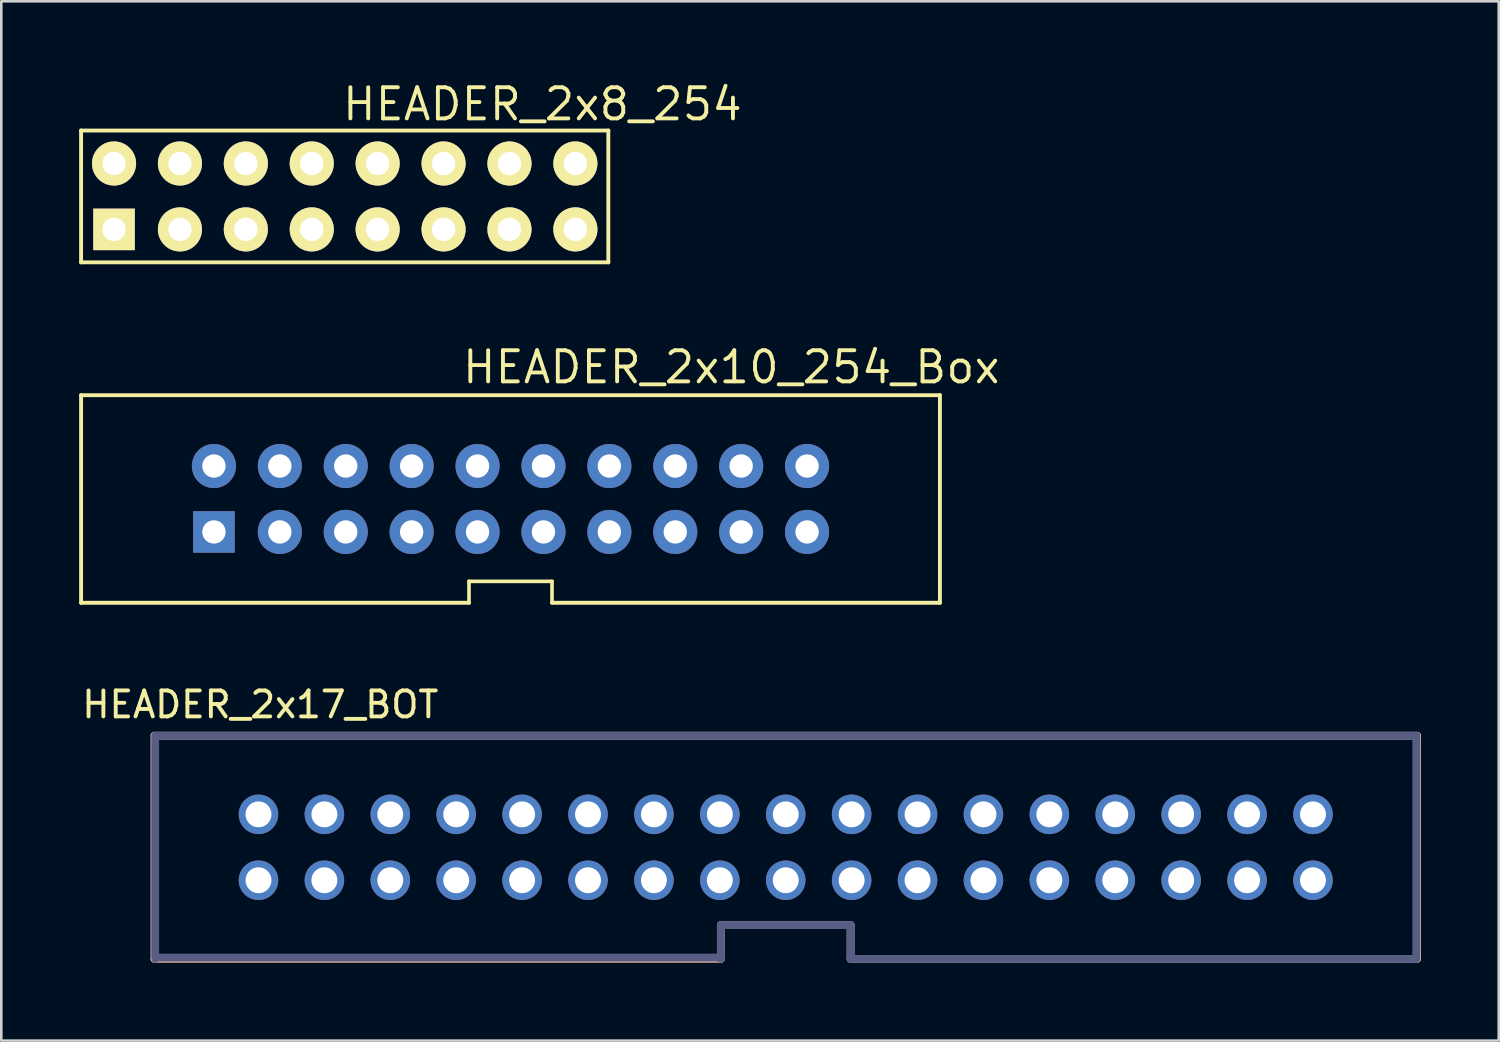
<source format=kicad_pcb>
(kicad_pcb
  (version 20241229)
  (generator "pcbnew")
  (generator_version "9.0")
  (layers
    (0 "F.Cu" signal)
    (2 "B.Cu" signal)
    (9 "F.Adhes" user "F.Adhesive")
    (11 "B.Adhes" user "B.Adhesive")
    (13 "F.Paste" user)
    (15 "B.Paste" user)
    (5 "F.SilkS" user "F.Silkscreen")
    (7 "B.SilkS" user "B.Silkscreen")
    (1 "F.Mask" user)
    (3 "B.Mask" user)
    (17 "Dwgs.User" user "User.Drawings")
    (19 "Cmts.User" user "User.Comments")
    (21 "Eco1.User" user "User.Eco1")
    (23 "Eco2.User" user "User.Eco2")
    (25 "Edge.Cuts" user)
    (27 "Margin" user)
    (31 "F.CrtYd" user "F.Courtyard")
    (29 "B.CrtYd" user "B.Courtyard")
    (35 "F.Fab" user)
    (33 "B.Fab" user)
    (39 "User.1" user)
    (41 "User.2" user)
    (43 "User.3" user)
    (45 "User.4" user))
  (footprint "HEADER_2x10_254_Box"
    (layer "F.Cu")
    (at 16.625 16.181)
    (property "Reference" "HEADER_2x10_254_Box" (at 8.509 -5.08 180) (layer "F.SilkS") (effects (font (size 1.2 1.2) (thickness 0.15))))
    (attr through_hole)
    (fp_line (start -16.55 -4) (end 16.55 -4) (stroke (width 0.15) (type solid)) (layer "F.SilkS"))
    (fp_line (start -16.55 4) (end -16.55 -4) (stroke (width 0.15) (type solid)) (layer "F.SilkS"))
    (fp_line (start -16.55 4) (end -1.6 4) (stroke (width 0.15) (type solid)) (layer "F.SilkS"))
    (fp_line (start -1.6 3.175) (end 1.6 3.175) (stroke (width 0.14) (type solid)) (layer "F.SilkS"))
    (fp_line (start -1.6 4) (end -1.6 3.175) (stroke (width 0.14) (type solid)) (layer "F.SilkS"))
    (fp_line (start 1.6 3.175) (end 1.6 4) (stroke (width 0.14) (type solid)) (layer "F.SilkS"))
    (fp_line (start 1.6 4) (end 16.55 4) (stroke (width 0.15) (type solid)) (layer "F.SilkS"))
    (fp_line (start 16.55 4) (end 16.55 -4) (stroke (width 0.15) (type solid)) (layer "F.SilkS"))
    (pad "1" thru_hole rect (at -11.43 1.27) (size 1.6 1.6) (drill 0.9) (layers "*.Cu" "*.Mask"))
    (pad "2" thru_hole circle (at -11.43 -1.27) (size 1.7 1.7) (drill 0.9) (layers "*.Cu" "*.Mask"))
    (pad "3" thru_hole circle (at -8.89 1.27) (size 1.7 1.7) (drill 0.9) (layers "*.Cu" "*.Mask"))
    (pad "4" thru_hole circle (at -8.89 -1.27) (size 1.7 1.7) (drill 0.9) (layers "*.Cu" "*.Mask"))
    (pad "5" thru_hole circle (at -6.35 1.27) (size 1.7 1.7) (drill 0.9) (layers "*.Cu" "*.Mask"))
    (pad "6" thru_hole circle (at -6.35 -1.27) (size 1.7 1.7) (drill 0.9) (layers "*.Cu" "*.Mask"))
    (pad "7" thru_hole circle (at -3.81 1.27) (size 1.7 1.7) (drill 0.9) (layers "*.Cu" "*.Mask"))
    (pad "8" thru_hole circle (at -3.81 -1.27) (size 1.7 1.7) (drill 0.9) (layers "*.Cu" "*.Mask"))
    (pad "9" thru_hole circle (at -1.27 1.27) (size 1.7 1.7) (drill 0.9) (layers "*.Cu" "*.Mask"))
    (pad "10" thru_hole circle (at -1.27 -1.27) (size 1.7 1.7) (drill 0.9) (layers "*.Cu" "*.Mask"))
    (pad "11" thru_hole circle (at 1.27 1.27) (size 1.7 1.7) (drill 0.9) (layers "*.Cu" "*.Mask"))
    (pad "12" thru_hole circle (at 1.27 -1.27) (size 1.7 1.7) (drill 0.9) (layers "*.Cu" "*.Mask"))
    (pad "13" thru_hole circle (at 3.81 1.27) (size 1.7 1.7) (drill 0.9) (layers "*.Cu" "*.Mask"))
    (pad "14" thru_hole circle (at 3.81 -1.27) (size 1.7 1.7) (drill 0.9) (layers "*.Cu" "*.Mask"))
    (pad "15" thru_hole circle (at 6.35 1.27) (size 1.7 1.7) (drill 0.9) (layers "*.Cu" "*.Mask"))
    (pad "16" thru_hole circle (at 6.35 -1.27) (size 1.7 1.7) (drill 0.9) (layers "*.Cu" "*.Mask"))
    (pad "17" thru_hole circle (at 8.89 1.27) (size 1.7 1.7) (drill 0.9) (layers "*.Cu" "*.Mask"))
    (pad "18" thru_hole circle (at 8.89 -1.27) (size 1.7 1.7) (drill 0.9) (layers "*.Cu" "*.Mask"))
    (pad "19" thru_hole circle (at 11.43 1.27) (size 1.7 1.7) (drill 0.9) (layers "*.Cu" "*.Mask"))
    (pad "20" thru_hole circle (at 11.43 -1.27) (size 1.7 1.7) (drill 0.9) (layers "*.Cu" "*.Mask")))
  (footprint "HEADER_2x17_BOT"
    (layer "F.Cu")
    (at 27.232 29.605)
    (property "Reference" "HEADER_2x17_BOT" (at -20.25 -5.5 0) (layer "F.SilkS") (effects (font (size 1 1) (thickness 0.15))))
    (attr through_hole)
    (fp_line (start -24.33 -4.3) (end -24.33 4.3) (stroke (width 0.3) (type solid)) (layer "B.SilkS"))
    (fp_line (start -24.33 -4.3) (end 24.33 -4.3) (stroke (width 0.3) (type solid)) (layer "B.SilkS"))
    (fp_line (start -24.33 4.3) (end -2.5 4.3) (stroke (width 0.3) (type solid)) (layer "B.SilkS"))
    (fp_line (start -2.5 3) (end -2.5 4.3) (stroke (width 0.3) (type solid)) (layer "B.SilkS"))
    (fp_line (start 2.5 3) (end -2.5 3) (stroke (width 0.3) (type solid)) (layer "B.SilkS"))
    (fp_line (start 2.5 3) (end 2.5 4.3) (stroke (width 0.3) (type solid)) (layer "B.SilkS"))
    (fp_line (start 24.33 -4.3) (end 24.33 4.3) (stroke (width 0.3) (type solid)) (layer "B.SilkS"))
    (fp_line (start 24.33 4.3) (end 2.5 4.3) (stroke (width 0.3) (type solid)) (layer "B.SilkS"))
    (fp_line (start -24.3 -4.3) (end -24.3 4.3) (stroke (width 0.3) (type solid)) (layer "B.Fab"))
    (fp_line (start -24.3 -4.3) (end 24.3 -4.3) (stroke (width 0.3) (type solid)) (layer "B.Fab"))
    (fp_line (start -2.5 3) (end -2.5 4.3) (stroke (width 0.3) (type solid)) (layer "B.Fab"))
    (fp_line (start -2.5 4.25) (end -24.25 4.25) (stroke (width 0.3) (type solid)) (layer "B.Fab"))
    (fp_line (start 2.5 3) (end -2.5 3) (stroke (width 0.3) (type solid)) (layer "B.Fab"))
    (fp_line (start 2.5 3) (end 2.5 4.3) (stroke (width 0.3) (type solid)) (layer "B.Fab"))
    (fp_line (start 2.5 4.3) (end 24.3 4.3) (stroke (width 0.3) (type solid)) (layer "B.Fab"))
    (fp_line (start 24.3 -4.3) (end 24.3 4.3) (stroke (width 0.3) (type solid)) (layer "B.Fab"))
    (pad "1" thru_hole circle (at -20.32 1.27) (size 1.524 1.524) (drill 1) (layers "*.Cu" "*.Mask"))
    (pad "2" thru_hole circle (at -20.32 -1.27) (size 1.524 1.524) (drill 1) (layers "*.Cu" "*.Mask"))
    (pad "3" thru_hole circle (at -17.78 1.27) (size 1.524 1.524) (drill 1) (layers "*.Cu" "*.Mask"))
    (pad "4" thru_hole circle (at -17.78 -1.27) (size 1.524 1.524) (drill 1) (layers "*.Cu" "*.Mask"))
    (pad "5" thru_hole circle (at -15.24 1.27) (size 1.524 1.524) (drill 1) (layers "*.Cu" "*.Mask"))
    (pad "6" thru_hole circle (at -15.24 -1.27) (size 1.524 1.524) (drill 1) (layers "*.Cu" "*.Mask"))
    (pad "7" thru_hole circle (at -12.7 1.27) (size 1.524 1.524) (drill 1) (layers "*.Cu" "*.Mask"))
    (pad "8" thru_hole circle (at -12.7 -1.27) (size 1.524 1.524) (drill 1) (layers "*.Cu" "*.Mask"))
    (pad "9" thru_hole circle (at -10.16 1.27) (size 1.524 1.524) (drill 1) (layers "*.Cu" "*.Mask"))
    (pad "10" thru_hole circle (at -10.16 -1.27) (size 1.524 1.524) (drill 1) (layers "*.Cu" "*.Mask"))
    (pad "11" thru_hole circle (at -7.62 1.27) (size 1.524 1.524) (drill 1) (layers "*.Cu" "*.Mask"))
    (pad "12" thru_hole circle (at -7.62 -1.27) (size 1.524 1.524) (drill 1) (layers "*.Cu" "*.Mask"))
    (pad "13" thru_hole circle (at -5.08 1.27) (size 1.524 1.524) (drill 1) (layers "*.Cu" "*.Mask"))
    (pad "14" thru_hole circle (at -5.08 -1.27) (size 1.524 1.524) (drill 1) (layers "*.Cu" "*.Mask"))
    (pad "15" thru_hole circle (at -2.54 1.27) (size 1.524 1.524) (drill 1) (layers "*.Cu" "*.Mask"))
    (pad "16" thru_hole circle (at -2.54 -1.27) (size 1.524 1.524) (drill 1) (layers "*.Cu" "*.Mask"))
    (pad "17" thru_hole circle (at 0 1.27) (size 1.524 1.524) (drill 1) (layers "*.Cu" "*.Mask"))
    (pad "18" thru_hole circle (at 0 -1.27) (size 1.524 1.524) (drill 1) (layers "*.Cu" "*.Mask"))
    (pad "19" thru_hole circle (at 2.54 1.27) (size 1.524 1.524) (drill 1) (layers "*.Cu" "*.Mask"))
    (pad "20" thru_hole circle (at 2.54 -1.27) (size 1.524 1.524) (drill 1) (layers "*.Cu" "*.Mask"))
    (pad "21" thru_hole circle (at 5.08 1.27) (size 1.524 1.524) (drill 1) (layers "*.Cu" "*.Mask"))
    (pad "22" thru_hole circle (at 5.08 -1.27) (size 1.524 1.524) (drill 1) (layers "*.Cu" "*.Mask"))
    (pad "23" thru_hole circle (at 7.62 1.27) (size 1.524 1.524) (drill 1) (layers "*.Cu" "*.Mask"))
    (pad "24" thru_hole circle (at 7.62 -1.27) (size 1.524 1.524) (drill 1) (layers "*.Cu" "*.Mask"))
    (pad "25" thru_hole circle (at 10.16 1.27) (size 1.524 1.524) (drill 1) (layers "*.Cu" "*.Mask"))
    (pad "26" thru_hole circle (at 10.16 -1.27) (size 1.524 1.524) (drill 1) (layers "*.Cu" "*.Mask"))
    (pad "27" thru_hole circle (at 12.7 1.27) (size 1.524 1.524) (drill 1) (layers "*.Cu" "*.Mask"))
    (pad "28" thru_hole circle (at 12.7 -1.27) (size 1.524 1.524) (drill 1) (layers "*.Cu" "*.Mask"))
    (pad "29" thru_hole circle (at 15.24 1.27) (size 1.524 1.524) (drill 1) (layers "*.Cu" "*.Mask"))
    (pad "30" thru_hole circle (at 15.24 -1.27) (size 1.524 1.524) (drill 1) (layers "*.Cu" "*.Mask"))
    (pad "31" thru_hole circle (at 17.78 1.27) (size 1.524 1.524) (drill 1) (layers "*.Cu" "*.Mask"))
    (pad "32" thru_hole circle (at 17.78 -1.27) (size 1.524 1.524) (drill 1) (layers "*.Cu" "*.Mask"))
    (pad "33" thru_hole circle (at 20.32 1.27) (size 1.524 1.524) (drill 1) (layers "*.Cu" "*.Mask"))
    (pad "34" thru_hole circle (at 20.32 -1.27) (size 1.524 1.524) (drill 1) (layers "*.Cu" "*.Mask")))
  (footprint "HEADER_2x8_254"
    (layer "F.Cu")
    (at 10.235 4.521)
    (property "Reference" "HEADER_2x8_254" (at 7.62 -3.556 180) (layer "F.SilkS") (effects (font (size 1.2 1.2) (thickness 0.15))))
    (attr through_hole)
    (fp_line (start -10.16 -2.54) (end 10.16 -2.54) (stroke (width 0.15) (type solid)) (layer "F.SilkS"))
    (fp_line (start -10.16 2.54) (end -10.16 -2.54) (stroke (width 0.15) (type solid)) (layer "F.SilkS"))
    (fp_line (start -10.16 2.54) (end 10.16 2.54) (stroke (width 0.15) (type solid)) (layer "F.SilkS"))
    (fp_line (start 10.16 2.54) (end 10.16 -2.54) (stroke (width 0.15) (type solid)) (layer "F.SilkS"))
    (pad "1" thru_hole rect (at -8.89 1.27) (size 1.6 1.6) (drill 0.9) (layers "*.Cu" "*.Mask" "F.SilkS"))
    (pad "2" thru_hole circle (at -8.89 -1.27) (size 1.7 1.7) (drill 0.9) (layers "*.Cu" "*.Mask" "F.SilkS"))
    (pad "3" thru_hole circle (at -6.35 1.27) (size 1.7 1.7) (drill 0.9) (layers "*.Cu" "*.Mask" "F.SilkS"))
    (pad "4" thru_hole circle (at -6.35 -1.27) (size 1.7 1.7) (drill 0.9) (layers "*.Cu" "*.Mask" "F.SilkS"))
    (pad "5" thru_hole circle (at -3.81 1.27) (size 1.7 1.7) (drill 0.9) (layers "*.Cu" "*.Mask" "F.SilkS"))
    (pad "6" thru_hole circle (at -3.81 -1.27) (size 1.7 1.7) (drill 0.9) (layers "*.Cu" "*.Mask" "F.SilkS"))
    (pad "7" thru_hole circle (at -1.27 1.27) (size 1.7 1.7) (drill 0.9) (layers "*.Cu" "*.Mask" "F.SilkS"))
    (pad "8" thru_hole circle (at -1.27 -1.27) (size 1.7 1.7) (drill 0.9) (layers "*.Cu" "*.Mask" "F.SilkS"))
    (pad "9" thru_hole circle (at 1.27 1.27) (size 1.7 1.7) (drill 0.9) (layers "*.Cu" "*.Mask" "F.SilkS"))
    (pad "10" thru_hole circle (at 1.27 -1.27) (size 1.7 1.7) (drill 0.9) (layers "*.Cu" "*.Mask" "F.SilkS"))
    (pad "11" thru_hole circle (at 3.81 1.27) (size 1.7 1.7) (drill 0.9) (layers "*.Cu" "*.Mask" "F.SilkS"))
    (pad "12" thru_hole circle (at 3.81 -1.27) (size 1.7 1.7) (drill 0.9) (layers "*.Cu" "*.Mask" "F.SilkS"))
    (pad "13" thru_hole circle (at 6.35 1.27) (size 1.7 1.7) (drill 0.9) (layers "*.Cu" "*.Mask" "F.SilkS"))
    (pad "14" thru_hole circle (at 6.35 -1.27) (size 1.7 1.7) (drill 0.9) (layers "*.Cu" "*.Mask" "F.SilkS"))
    (pad "15" thru_hole circle (at 8.89 1.27) (size 1.7 1.7) (drill 0.9) (layers "*.Cu" "*.Mask" "F.SilkS"))
    (pad "16" thru_hole circle (at 8.89 -1.27) (size 1.7 1.7) (drill 0.9) (layers "*.Cu" "*.Mask" "F.SilkS")))
  (gr_rect
    (start -3 -3)
    (end 54.712 37.055)
    (stroke (width 0.1) (type default))
    (fill no)
    (layer "Edge.Cuts")))
</source>
